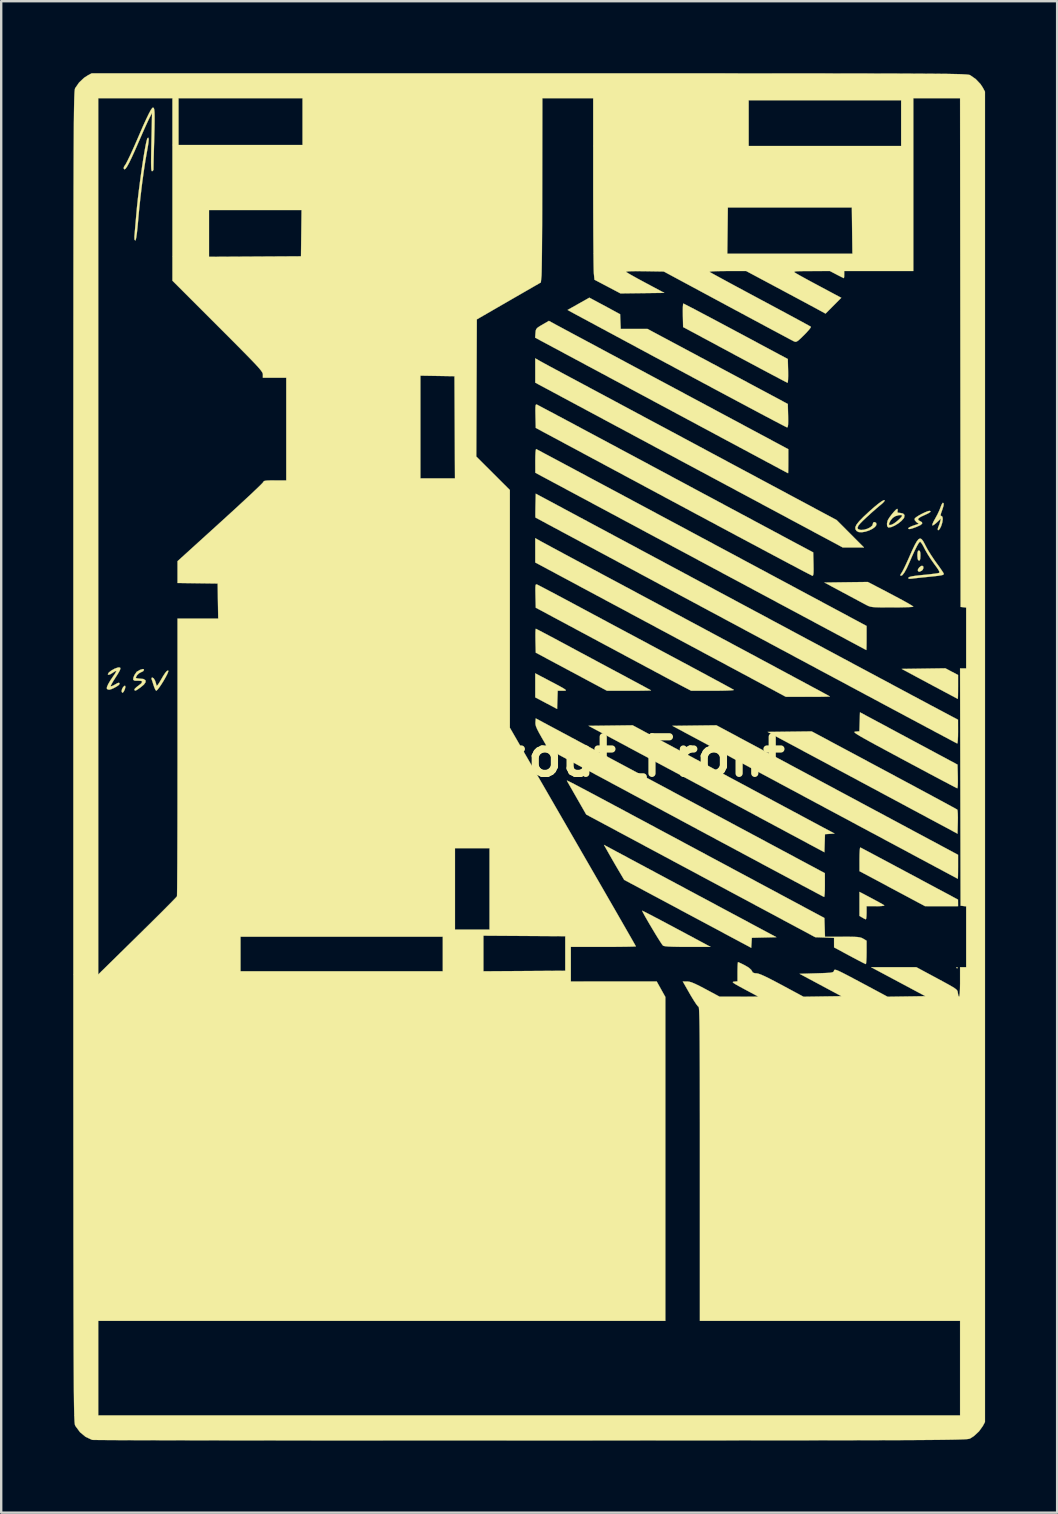
<source format=kicad_pcb>
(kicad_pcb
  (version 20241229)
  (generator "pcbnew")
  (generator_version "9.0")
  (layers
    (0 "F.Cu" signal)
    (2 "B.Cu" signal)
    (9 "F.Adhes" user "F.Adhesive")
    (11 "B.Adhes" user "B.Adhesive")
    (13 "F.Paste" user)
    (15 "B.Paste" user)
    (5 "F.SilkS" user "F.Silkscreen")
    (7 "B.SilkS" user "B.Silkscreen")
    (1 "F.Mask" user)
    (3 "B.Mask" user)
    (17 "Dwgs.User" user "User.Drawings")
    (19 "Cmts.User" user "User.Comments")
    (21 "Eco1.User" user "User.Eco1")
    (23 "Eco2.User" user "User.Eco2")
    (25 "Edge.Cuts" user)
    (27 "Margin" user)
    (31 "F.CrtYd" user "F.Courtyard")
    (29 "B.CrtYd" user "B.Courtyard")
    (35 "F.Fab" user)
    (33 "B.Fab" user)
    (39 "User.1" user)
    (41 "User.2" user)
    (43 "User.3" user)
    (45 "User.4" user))
  (footprint "DVDbreakout_Front"
    (layer "F.Cu")
    (at 18.991 28.474)
    (property "Reference" "DVDbreakout_Front" (at 0 0 0) (layer "F.SilkS") (effects (font (size 1.524 1.524) (thickness 0.3))))
    (attr through_hole)
    (fp_poly (pts (xy 17.851 8.777) (xy 17.845 8.802) (xy 17.822 8.805) (xy 17.787 8.79) (xy 17.794 8.777) (xy 17.844 8.772) (xy 17.851 8.777)) (stroke (width 0.01) (type solid)) (fill yes) (layer "F.SilkS"))
    (fp_poly (pts (xy -16.825 -2.954) (xy -16.819 -2.898) (xy -16.844 -2.808) (xy -16.885 -2.72) (xy -16.929 -2.669) (xy -16.938 -2.667) (xy -16.97 -2.702) (xy -16.976 -2.744) (xy -16.956 -2.827) (xy -16.911 -2.906) (xy -16.859 -2.956) (xy -16.825 -2.954)) (stroke (width 0.01) (type solid)) (fill yes) (layer "F.SilkS"))
    (fp_poly (pts (xy 16.416 -7.929) (xy 16.421 -7.86) (xy 16.388 -7.786) (xy 16.343 -7.748) (xy 16.26 -7.71) (xy 16.216 -7.718) (xy 16.191 -7.75) (xy 16.195 -7.811) (xy 16.247 -7.886) (xy 16.319 -7.944) (xy 16.368 -7.959) (xy 16.416 -7.929)) (stroke (width 0.01) (type solid)) (fill yes) (layer "F.SilkS"))
    (fp_poly (pts (xy 16.275 -8.571) (xy 16.294 -8.493) (xy 16.298 -8.382) (xy 16.289 -8.238) (xy 16.261 -8.174) (xy 16.212 -8.187) (xy 16.2 -8.199) (xy 16.182 -8.255) (xy 16.172 -8.363) (xy 16.171 -8.41) (xy 16.18 -8.533) (xy 16.21 -8.588) (xy 16.235 -8.594) (xy 16.275 -8.571)) (stroke (width 0.01) (type solid)) (fill yes) (layer "F.SilkS"))
    (fp_poly (pts (xy 0.836 -3.172) (xy 1.099 -3.033) (xy 1.294 -2.929) (xy 1.426 -2.854) (xy 1.503 -2.804) (xy 1.531 -2.774) (xy 1.515 -2.758) (xy 1.464 -2.752) (xy 1.387 -2.752) (xy 1.189 -2.752) (xy 1.164 -1.994) (xy 0.709 -2.235) (xy 0.254 -2.477) (xy 0.254 -2.977) (xy 0.254 -3.478) (xy 0.836 -3.172)) (stroke (width 0.01) (type solid)) (fill yes) (layer "F.SilkS"))
    (fp_poly (pts (xy 17.865 -3.408) (xy 17.865 -2.91) (xy 17.864 -2.717) (xy 17.862 -2.558) (xy 17.858 -2.452) (xy 17.854 -2.414) (xy 17.816 -2.433) (xy 17.712 -2.488) (xy 17.551 -2.573) (xy 17.343 -2.684) (xy 17.097 -2.815) (xy 16.821 -2.962) (xy 16.679 -3.038) (xy 15.515 -3.662) (xy 16.425 -3.675) (xy 17.335 -3.688) (xy 17.865 -3.408)) (stroke (width 0.01) (type solid)) (fill yes) (layer "F.SilkS"))
    (fp_poly (pts (xy 14.256 5.887) (xy 14.444 5.988) (xy 14.605 6.076) (xy 14.726 6.144) (xy 14.789 6.183) (xy 14.793 6.187) (xy 14.773 6.203) (xy 14.682 6.215) (xy 14.537 6.222) (xy 14.444 6.223) (xy 14.055 6.223) (xy 14.055 6.498) (xy 14.05 6.638) (xy 14.039 6.735) (xy 14.023 6.769) (xy 13.968 6.747) (xy 13.878 6.697) (xy 13.875 6.695) (xy 13.758 6.625) (xy 13.758 6.125) (xy 13.758 5.625) (xy 14.256 5.887)) (stroke (width 0.01) (type solid)) (fill yes) (layer "F.SilkS"))
    (fp_poly (pts (xy 14.784 0.555) (xy 15.252 0.806) (xy 15.699 1.045) (xy 16.119 1.271) (xy 16.506 1.479) (xy 16.855 1.667) (xy 17.159 1.831) (xy 17.414 1.969) (xy 17.614 2.078) (xy 17.753 2.154) (xy 17.825 2.194) (xy 17.834 2.2) (xy 17.846 2.252) (xy 17.854 2.37) (xy 17.858 2.537) (xy 17.855 2.716) (xy 17.843 3.202) (xy 13.889 1.082) (xy 9.934 -1.037) (xy 10.85 -1.049) (xy 11.766 -1.06) (xy 14.784 0.555)) (stroke (width 0.01) (type solid)) (fill yes) (layer "F.SilkS"))
    (fp_poly (pts (xy 13.794 3.775) (xy 13.837 3.797) (xy 13.948 3.855) (xy 14.119 3.946) (xy 14.344 4.066) (xy 14.616 4.211) (xy 14.928 4.377) (xy 15.273 4.562) (xy 15.644 4.76) (xy 15.846 4.868) (xy 17.863 5.948) (xy 17.864 6.085) (xy 17.865 6.223) (xy 17.177 6.222) (xy 16.489 6.221) (xy 15.124 5.492) (xy 13.76 4.763) (xy 13.759 4.262) (xy 13.762 4.069) (xy 13.769 3.913) (xy 13.78 3.809) (xy 13.794 3.775) (xy 13.794 3.775)) (stroke (width 0.01) (type solid)) (fill yes) (layer "F.SilkS"))
    (fp_poly (pts (xy 3.431 3.836) (xy 3.516 3.882) (xy 3.669 3.964) (xy 3.885 4.079) (xy 4.157 4.225) (xy 4.48 4.398) (xy 4.847 4.595) (xy 5.253 4.812) (xy 5.691 5.047) (xy 6.155 5.295) (xy 6.64 5.555) (xy 7.023 5.76) (xy 10.299 7.514) (xy 9.787 7.526) (xy 9.275 7.538) (xy 9.263 7.747) (xy 9.25 7.956) (xy 6.604 6.541) (xy 3.958 5.125) (xy 3.701 4.69) (xy 3.579 4.482) (xy 3.454 4.265) (xy 3.342 4.069) (xy 3.281 3.961) (xy 3.116 3.667) (xy 3.431 3.836)) (stroke (width 0.01) (type solid)) (fill yes) (layer "F.SilkS"))
    (fp_poly (pts (xy 4.748 6.427) (xy 4.853 6.479) (xy 5.016 6.563) (xy 5.23 6.675) (xy 5.485 6.809) (xy 5.773 6.962) (xy 6.087 7.13) (xy 6.139 7.157) (xy 7.556 7.916) (xy 6.602 7.916) (xy 6.26 7.915) (xy 5.995 7.91) (xy 5.8 7.902) (xy 5.669 7.889) (xy 5.593 7.873) (xy 5.575 7.863) (xy 5.537 7.816) (xy 5.467 7.712) (xy 5.373 7.564) (xy 5.263 7.386) (xy 5.146 7.19) (xy 5.028 6.992) (xy 4.918 6.803) (xy 4.823 6.637) (xy 4.753 6.507) (xy 4.714 6.428) (xy 4.71 6.41) (xy 4.748 6.427)) (stroke (width 0.01) (type solid)) (fill yes) (layer "F.SilkS"))
    (fp_poly (pts (xy 5.361 -0.748) (xy 5.684 -0.575) (xy 6.06 -0.373) (xy 6.466 -0.155) (xy 6.88 0.067) (xy 7.279 0.281) (xy 7.641 0.475) (xy 7.99 0.662) (xy 8.392 0.877) (xy 8.827 1.11) (xy 9.274 1.35) (xy 9.713 1.585) (xy 10.122 1.805) (xy 10.287 1.893) (xy 10.631 2.078) (xy 10.973 2.261) (xy 11.302 2.437) (xy 11.604 2.599) (xy 11.867 2.74) (xy 12.08 2.854) (xy 12.213 2.925) (xy 12.721 3.196) (xy 12.522 3.209) (xy 12.322 3.222) (xy 12.31 3.598) (xy 12.298 3.975) (xy 7.385 1.342) (xy 2.472 -1.291) (xy 4.309 -1.314) (xy 5.361 -0.748)) (stroke (width 0.01) (type solid)) (fill yes) (layer "F.SilkS"))
    (fp_poly (pts (xy -15.032 -3.592) (xy -15.031 -3.552) (xy -15.068 -3.46) (xy -15.133 -3.332) (xy -15.216 -3.185) (xy -15.307 -3.037) (xy -15.396 -2.905) (xy -15.472 -2.805) (xy -15.526 -2.755) (xy -15.535 -2.752) (xy -15.567 -2.789) (xy -15.61 -2.884) (xy -15.642 -2.974) (xy -15.684 -3.108) (xy -15.719 -3.212) (xy -15.733 -3.249) (xy -15.72 -3.295) (xy -15.693 -3.302) (xy -15.635 -3.264) (xy -15.578 -3.164) (xy -15.535 -3.025) (xy -15.527 -2.985) (xy -15.509 -2.96) (xy -15.468 -2.997) (xy -15.398 -3.103) (xy -15.356 -3.175) (xy -15.242 -3.37) (xy -15.157 -3.498) (xy -15.096 -3.57) (xy -15.05 -3.594) (xy -15.032 -3.592)) (stroke (width 0.01) (type solid)) (fill yes) (layer "F.SilkS"))
    (fp_poly (pts (xy 6.296 1.623) (xy 12.317 4.847) (xy 12.318 5.345) (xy 12.316 5.538) (xy 12.309 5.696) (xy 12.299 5.801) (xy 12.287 5.838) (xy 12.247 5.818) (xy 12.136 5.76) (xy 11.959 5.666) (xy 11.719 5.538) (xy 11.421 5.38) (xy 11.069 5.192) (xy 10.667 4.976) (xy 10.218 4.736) (xy 9.727 4.474) (xy 9.199 4.19) (xy 8.636 3.889) (xy 8.043 3.571) (xy 7.424 3.239) (xy 6.784 2.895) (xy 6.529 2.758) (xy 0.803 -0.318) (xy 0.526 -0.797) (xy 0.408 -1.007) (xy 0.33 -1.16) (xy 0.283 -1.273) (xy 0.263 -1.363) (xy 0.262 -1.439) (xy 0.275 -1.601) (xy 6.296 1.623)) (stroke (width 0.01) (type solid)) (fill yes) (layer "F.SilkS"))
    (fp_poly (pts (xy 6.465 -18.861) (xy 6.575 -18.805) (xy 6.747 -18.716) (xy 6.973 -18.598) (xy 7.246 -18.453) (xy 7.561 -18.287) (xy 7.911 -18.101) (xy 8.288 -17.9) (xy 8.615 -17.725) (xy 10.774 -16.569) (xy 10.786 -16.074) (xy 10.788 -15.881) (xy 10.784 -15.723) (xy 10.776 -15.617) (xy 10.765 -15.58) (xy 10.722 -15.6) (xy 10.612 -15.656) (xy 10.441 -15.746) (xy 10.215 -15.865) (xy 9.941 -16.01) (xy 9.627 -16.177) (xy 9.278 -16.363) (xy 8.901 -16.565) (xy 8.572 -16.741) (xy 6.413 -17.901) (xy 6.402 -18.391) (xy 6.4 -18.583) (xy 6.403 -18.74) (xy 6.411 -18.845) (xy 6.423 -18.881) (xy 6.465 -18.861)) (stroke (width 0.01) (type solid)) (fill yes) (layer "F.SilkS"))
    (fp_poly (pts (xy 16.722 -10.231) (xy 16.703 -10.194) (xy 16.618 -10.139) (xy 16.492 -10.08) (xy 16.314 -9.998) (xy 16.217 -9.931) (xy 16.199 -9.875) (xy 16.256 -9.83) (xy 16.273 -9.823) (xy 16.362 -9.771) (xy 16.37 -9.714) (xy 16.295 -9.65) (xy 16.138 -9.578) (xy 15.965 -9.515) (xy 15.857 -9.487) (xy 15.803 -9.493) (xy 15.79 -9.522) (xy 15.827 -9.555) (xy 15.922 -9.601) (xy 16.008 -9.633) (xy 16.227 -9.705) (xy 16.129 -9.779) (xy 16.058 -9.863) (xy 16.058 -9.923) (xy 16.107 -9.972) (xy 16.209 -10.04) (xy 16.342 -10.114) (xy 16.48 -10.181) (xy 16.599 -10.229) (xy 16.669 -10.245) (xy 16.722 -10.231)) (stroke (width 0.01) (type solid)) (fill yes) (layer "F.SilkS"))
    (fp_poly (pts (xy 14.495 -7.081) (xy 14.932 -6.853) (xy 15.293 -6.662) (xy 15.58 -6.508) (xy 15.792 -6.39) (xy 15.93 -6.308) (xy 15.996 -6.263) (xy 16.001 -6.255) (xy 15.961 -6.245) (xy 15.849 -6.237) (xy 15.677 -6.23) (xy 15.457 -6.225) (xy 15.202 -6.223) (xy 15.119 -6.223) (xy 14.824 -6.223) (xy 14.6 -6.225) (xy 14.434 -6.23) (xy 14.313 -6.239) (xy 14.223 -6.253) (xy 14.152 -6.274) (xy 14.085 -6.304) (xy 14.029 -6.333) (xy 13.927 -6.387) (xy 13.766 -6.473) (xy 13.561 -6.583) (xy 13.328 -6.708) (xy 13.082 -6.839) (xy 13.06 -6.851) (xy 12.298 -7.26) (xy 13.202 -7.272) (xy 14.107 -7.283) (xy 14.495 -7.081)) (stroke (width 0.01) (type solid)) (fill yes) (layer "F.SilkS"))
    (fp_poly (pts (xy 17.843 0.325) (xy 17.855 0.819) (xy 17.857 1.012) (xy 17.854 1.169) (xy 17.846 1.274) (xy 17.834 1.311) (xy 17.792 1.291) (xy 17.682 1.235) (xy 17.51 1.145) (xy 17.284 1.026) (xy 17.01 0.881) (xy 16.695 0.714) (xy 16.345 0.527) (xy 15.966 0.325) (xy 15.614 0.136) (xy 15.155 -0.11) (xy 14.766 -0.32) (xy 14.441 -0.495) (xy 14.176 -0.64) (xy 13.965 -0.757) (xy 13.804 -0.849) (xy 13.686 -0.92) (xy 13.608 -0.971) (xy 13.563 -1.007) (xy 13.547 -1.03) (xy 13.555 -1.043) (xy 13.582 -1.049) (xy 13.591 -1.05) (xy 13.755 -1.063) (xy 13.767 -1.458) (xy 13.78 -1.854) (xy 17.843 0.325)) (stroke (width 0.01) (type solid)) (fill yes) (layer "F.SilkS"))
    (fp_poly (pts (xy 0.319 -5.315) (xy 0.426 -5.26) (xy 0.589 -5.175) (xy 0.799 -5.064) (xy 1.046 -4.933) (xy 1.321 -4.785) (xy 1.432 -4.726) (xy 1.775 -4.541) (xy 2.171 -4.328) (xy 2.595 -4.101) (xy 3.025 -3.87) (xy 3.437 -3.65) (xy 3.808 -3.451) (xy 3.81 -3.45) (xy 4.108 -3.291) (xy 4.381 -3.144) (xy 4.622 -3.015) (xy 4.82 -2.908) (xy 4.967 -2.828) (xy 5.055 -2.78) (xy 5.076 -2.767) (xy 5.041 -2.763) (xy 4.934 -2.759) (xy 4.765 -2.756) (xy 4.546 -2.753) (xy 4.291 -2.752) (xy 4.166 -2.752) (xy 3.239 -2.753) (xy 1.757 -3.546) (xy 0.275 -4.339) (xy 0.263 -4.837) (xy 0.261 -5.03) (xy 0.262 -5.189) (xy 0.268 -5.296) (xy 0.277 -5.334) (xy 0.319 -5.315)) (stroke (width 0.01) (type solid)) (fill yes) (layer "F.SilkS"))
    (fp_poly (pts (xy 17.268 -10.551) (xy 17.259 -10.454) (xy 17.207 -10.287) (xy 17.191 -10.245) (xy 17.148 -10.12) (xy 17.138 -10.055) (xy 17.161 -10.034) (xy 17.17 -10.033) (xy 17.215 -9.997) (xy 17.228 -9.902) (xy 17.21 -9.767) (xy 17.162 -9.611) (xy 17.108 -9.503) (xy 17.059 -9.444) (xy 17.026 -9.446) (xy 17.018 -9.485) (xy 17.036 -9.559) (xy 17.054 -9.602) (xy 17.091 -9.695) (xy 17.121 -9.8) (xy 17.151 -9.927) (xy 16.984 -9.765) (xy 16.888 -9.683) (xy 16.817 -9.64) (xy 16.791 -9.642) (xy 16.799 -9.696) (xy 16.843 -9.799) (xy 16.915 -9.928) (xy 16.915 -9.929) (xy 17.006 -10.095) (xy 17.087 -10.268) (xy 17.13 -10.38) (xy 17.175 -10.496) (xy 17.217 -10.57) (xy 17.235 -10.583) (xy 17.268 -10.551)) (stroke (width 0.01) (type solid)) (fill yes) (layer "F.SilkS"))
    (fp_poly (pts (xy -15.846 -25.717) (xy -15.858 -25.569) (xy -15.895 -25.341) (xy -15.91 -25.262) (xy -15.983 -24.846) (xy -16.056 -24.367) (xy -16.127 -23.846) (xy -16.192 -23.303) (xy -16.249 -22.76) (xy -16.283 -22.384) (xy -16.313 -22.051) (xy -16.341 -21.801) (xy -16.366 -21.628) (xy -16.389 -21.531) (xy -16.407 -21.505) (xy -16.44 -21.545) (xy -16.443 -21.663) (xy -16.442 -21.685) (xy -16.433 -21.786) (xy -16.418 -21.954) (xy -16.4 -22.17) (xy -16.378 -22.417) (xy -16.36 -22.627) (xy -16.332 -22.933) (xy -16.296 -23.266) (xy -16.254 -23.615) (xy -16.208 -23.971) (xy -16.16 -24.323) (xy -16.111 -24.659) (xy -16.063 -24.971) (xy -16.017 -25.246) (xy -15.975 -25.475) (xy -15.938 -25.646) (xy -15.908 -25.75) (xy -15.895 -25.775) (xy -15.858 -25.785) (xy -15.846 -25.717)) (stroke (width 0.01) (type solid)) (fill yes) (layer "F.SilkS"))
    (fp_poly (pts (xy 11.106 0.459) (xy 11.648 0.749) (xy 12.205 1.048) (xy 12.768 1.35) (xy 13.327 1.649) (xy 13.873 1.942) (xy 14.395 2.222) (xy 14.884 2.484) (xy 15.331 2.723) (xy 15.725 2.935) (xy 16.057 3.113) (xy 16.14 3.157) (xy 17.865 4.082) (xy 17.865 4.581) (xy 17.864 4.775) (xy 17.862 4.934) (xy 17.858 5.04) (xy 17.854 5.079) (xy 17.816 5.059) (xy 17.708 5.001) (xy 17.533 4.908) (xy 17.295 4.781) (xy 16.998 4.622) (xy 16.647 4.434) (xy 16.245 4.219) (xy 15.796 3.978) (xy 15.304 3.715) (xy 14.773 3.43) (xy 14.207 3.127) (xy 13.61 2.807) (xy 12.987 2.473) (xy 12.34 2.127) (xy 11.904 1.893) (xy 5.965 -1.291) (xy 6.882 -1.303) (xy 7.798 -1.314) (xy 11.106 0.459)) (stroke (width 0.01) (type solid)) (fill yes) (layer "F.SilkS"))
    (fp_poly (pts (xy -16.054 -3.652) (xy -16.044 -3.618) (xy -16.08 -3.564) (xy -16.151 -3.531) (xy -16.248 -3.48) (xy -16.335 -3.396) (xy -16.381 -3.309) (xy -16.383 -3.293) (xy -16.346 -3.271) (xy -16.253 -3.26) (xy -16.224 -3.259) (xy -16.064 -3.241) (xy -15.981 -3.19) (xy -15.975 -3.112) (xy -16.047 -3.009) (xy -16.194 -2.887) (xy -16.312 -2.804) (xy -16.38 -2.764) (xy -16.416 -2.759) (xy -16.439 -2.782) (xy -16.445 -2.791) (xy -16.427 -2.835) (xy -16.354 -2.905) (xy -16.277 -2.963) (xy -16.158 -3.058) (xy -16.118 -3.125) (xy -16.158 -3.162) (xy -16.277 -3.17) (xy -16.31 -3.168) (xy -16.435 -3.171) (xy -16.492 -3.208) (xy -16.487 -3.292) (xy -16.438 -3.411) (xy -16.347 -3.543) (xy -16.214 -3.62) (xy -16.203 -3.624) (xy -16.1 -3.655) (xy -16.054 -3.652)) (stroke (width 0.01) (type solid)) (fill yes) (layer "F.SilkS"))
    (fp_poly (pts (xy 0.476 -8.983) (xy 0.567 -8.934) (xy 0.722 -8.85) (xy 0.93 -8.737) (xy 1.181 -8.602) (xy 1.463 -8.45) (xy 1.767 -8.287) (xy 1.968 -8.179) (xy 2.648 -7.816) (xy 3.335 -7.448) (xy 4.027 -7.078) (xy 4.718 -6.708) (xy 5.405 -6.34) (xy 6.083 -5.976) (xy 6.749 -5.619) (xy 7.399 -5.271) (xy 8.028 -4.933) (xy 8.633 -4.609) (xy 9.21 -4.3) (xy 9.754 -4.008) (xy 10.261 -3.736) (xy 10.728 -3.485) (xy 11.15 -3.258) (xy 11.524 -3.057) (xy 11.844 -2.885) (xy 12.108 -2.743) (xy 12.312 -2.633) (xy 12.45 -2.558) (xy 12.519 -2.52) (xy 12.527 -2.515) (xy 12.492 -2.51) (xy 12.384 -2.506) (xy 12.215 -2.502) (xy 11.997 -2.5) (xy 11.741 -2.499) (xy 11.617 -2.499) (xy 10.689 -2.501) (xy 5.472 -5.298) (xy 0.254 -8.095) (xy 0.254 -9.108) (xy 0.476 -8.983)) (stroke (width 0.01) (type solid)) (fill yes) (layer "F.SilkS"))
    (fp_poly (pts (xy 0.434 -16.496) (xy 0.522 -16.447) (xy 0.672 -16.365) (xy 0.87 -16.257) (xy 1.105 -16.131) (xy 1.362 -15.993) (xy 1.524 -15.906) (xy 1.75 -15.785) (xy 1.992 -15.656) (xy 2.255 -15.515) (xy 2.542 -15.361) (xy 2.858 -15.192) (xy 3.206 -15.006) (xy 3.59 -14.8) (xy 4.015 -14.572) (xy 4.483 -14.321) (xy 5 -14.044) (xy 5.57 -13.74) (xy 6.195 -13.405) (xy 6.88 -13.038) (xy 7.629 -12.636) (xy 8.446 -12.198) (xy 9.061 -11.869) (xy 12.809 -9.861) (xy 13.945 -8.721) (xy 13.06 -8.721) (xy 8.276 -11.285) (xy 7.649 -11.621) (xy 7.018 -11.959) (xy 6.392 -12.294) (xy 5.776 -12.624) (xy 5.178 -12.945) (xy 4.603 -13.253) (xy 4.059 -13.545) (xy 3.551 -13.817) (xy 3.088 -14.065) (xy 2.675 -14.287) (xy 2.319 -14.478) (xy 2.026 -14.634) (xy 1.873 -14.717) (xy 0.254 -15.585) (xy 0.254 -16.598) (xy 0.434 -16.496)) (stroke (width 0.01) (type solid)) (fill yes) (layer "F.SilkS"))
    (fp_poly (pts (xy -17.037 -3.714) (xy -17.025 -3.672) (xy -17.055 -3.591) (xy -17.129 -3.46) (xy -17.236 -3.293) (xy -17.328 -3.147) (xy -17.395 -3.029) (xy -17.43 -2.955) (xy -17.431 -2.939) (xy -17.384 -2.944) (xy -17.296 -2.986) (xy -17.266 -3.003) (xy -17.149 -3.069) (xy -17.085 -3.086) (xy -17.062 -3.056) (xy -17.06 -3.035) (xy -17.096 -2.989) (xy -17.184 -2.927) (xy -17.298 -2.865) (xy -17.412 -2.815) (xy -17.5 -2.794) (xy -17.503 -2.794) (xy -17.575 -2.819) (xy -17.589 -2.835) (xy -17.587 -2.906) (xy -17.534 -3.029) (xy -17.437 -3.194) (xy -17.325 -3.357) (xy -17.249 -3.468) (xy -17.203 -3.549) (xy -17.196 -3.579) (xy -17.238 -3.568) (xy -17.321 -3.518) (xy -17.355 -3.493) (xy -17.458 -3.432) (xy -17.527 -3.415) (xy -17.55 -3.44) (xy -17.512 -3.506) (xy -17.504 -3.515) (xy -17.406 -3.593) (xy -17.275 -3.667) (xy -17.147 -3.715) (xy -17.086 -3.725) (xy -17.037 -3.714)) (stroke (width 0.01) (type solid)) (fill yes) (layer "F.SilkS"))
    (fp_poly (pts (xy 1.078 -18.02) (xy 1.147 -17.982) (xy 1.286 -17.908) (xy 1.49 -17.798) (xy 1.754 -17.656) (xy 2.074 -17.485) (xy 2.445 -17.286) (xy 2.861 -17.063) (xy 3.319 -16.817) (xy 3.814 -16.552) (xy 4.34 -16.27) (xy 4.894 -15.973) (xy 5.469 -15.665) (xy 6.063 -15.347) (xy 6.064 -15.347) (xy 10.795 -12.813) (xy 10.795 -12.312) (xy 10.794 -12.117) (xy 10.792 -11.959) (xy 10.789 -11.851) (xy 10.784 -11.813) (xy 10.747 -11.833) (xy 10.638 -11.89) (xy 10.464 -11.983) (xy 10.227 -12.11) (xy 9.933 -12.267) (xy 9.586 -12.453) (xy 9.189 -12.666) (xy 8.747 -12.902) (xy 8.264 -13.161) (xy 7.744 -13.44) (xy 7.192 -13.736) (xy 6.612 -14.047) (xy 6.008 -14.371) (xy 5.512 -14.637) (xy 0.25 -17.459) (xy 0.263 -17.65) (xy 0.273 -17.75) (xy 0.297 -17.819) (xy 0.353 -17.878) (xy 0.456 -17.946) (xy 0.549 -18) (xy 0.822 -18.159) (xy 1.078 -18.02)) (stroke (width 0.01) (type solid)) (fill yes) (layer "F.SilkS"))
    (fp_poly (pts (xy 14.807 -10.691) (xy 14.798 -10.648) (xy 14.737 -10.578) (xy 14.711 -10.555) (xy 14.479 -10.359) (xy 14.261 -10.168) (xy 14.066 -9.99) (xy 13.903 -9.837) (xy 13.785 -9.716) (xy 13.72 -9.638) (xy 13.715 -9.63) (xy 13.679 -9.546) (xy 13.692 -9.5) (xy 13.718 -9.478) (xy 13.818 -9.449) (xy 13.949 -9.46) (xy 14.088 -9.5) (xy 14.211 -9.562) (xy 14.295 -9.636) (xy 14.317 -9.711) (xy 14.337 -9.765) (xy 14.395 -9.778) (xy 14.453 -9.743) (xy 14.456 -9.738) (xy 14.464 -9.658) (xy 14.405 -9.575) (xy 14.298 -9.496) (xy 14.158 -9.428) (xy 14.005 -9.378) (xy 13.855 -9.354) (xy 13.727 -9.362) (xy 13.64 -9.406) (xy 13.589 -9.482) (xy 13.587 -9.568) (xy 13.637 -9.675) (xy 13.746 -9.812) (xy 13.916 -9.987) (xy 13.959 -10.028) (xy 14.181 -10.234) (xy 14.381 -10.41) (xy 14.552 -10.549) (xy 14.687 -10.646) (xy 14.776 -10.692) (xy 14.807 -10.691)) (stroke (width 0.01) (type solid)) (fill yes) (layer "F.SilkS"))
    (fp_poly (pts (xy 15.353 -10.296) (xy 15.346 -10.245) (xy 15.34 -10.185) (xy 15.388 -10.162) (xy 15.444 -10.16) (xy 15.573 -10.136) (xy 15.635 -10.071) (xy 15.622 -9.973) (xy 15.601 -9.934) (xy 15.505 -9.826) (xy 15.373 -9.72) (xy 15.225 -9.63) (xy 15.086 -9.57) (xy 14.977 -9.551) (xy 14.954 -9.556) (xy 14.913 -9.61) (xy 14.907 -9.677) (xy 14.986 -9.677) (xy 15.017 -9.652) (xy 15.095 -9.668) (xy 15.196 -9.72) (xy 15.199 -9.722) (xy 15.312 -9.806) (xy 15.419 -9.9) (xy 15.501 -9.983) (xy 15.536 -10.038) (xy 15.536 -10.041) (xy 15.501 -10.071) (xy 15.405 -10.067) (xy 15.265 -10.028) (xy 15.255 -10.025) (xy 15.148 -9.956) (xy 15.053 -9.845) (xy 14.994 -9.727) (xy 14.986 -9.677) (xy 14.907 -9.677) (xy 14.904 -9.712) (xy 14.929 -9.83) (xy 14.949 -9.877) (xy 15.011 -9.976) (xy 15.097 -10.092) (xy 15.19 -10.203) (xy 15.272 -10.289) (xy 15.326 -10.329) (xy 15.33 -10.329) (xy 15.353 -10.296)) (stroke (width 0.01) (type solid)) (fill yes) (layer "F.SilkS"))
    (fp_poly (pts (xy 0.292 -12.82) (xy 0.332 -12.799) (xy 0.444 -12.74) (xy 0.622 -12.644) (xy 0.865 -12.515) (xy 1.167 -12.354) (xy 1.525 -12.162) (xy 1.935 -11.943) (xy 2.394 -11.697) (xy 2.898 -11.428) (xy 3.444 -11.136) (xy 4.026 -10.824) (xy 4.643 -10.494) (xy 5.29 -10.147) (xy 5.963 -9.787) (xy 6.659 -9.414) (xy 7.192 -9.128) (xy 14.055 -5.451) (xy 14.055 -4.948) (xy 14.054 -4.753) (xy 14.052 -4.594) (xy 14.048 -4.486) (xy 14.044 -4.447) (xy 14.044 -4.447) (xy 14.006 -4.467) (xy 13.898 -4.525) (xy 13.722 -4.619) (xy 13.482 -4.747) (xy 13.183 -4.907) (xy 12.827 -5.098) (xy 12.419 -5.316) (xy 11.962 -5.561) (xy 11.459 -5.83) (xy 10.916 -6.121) (xy 10.334 -6.432) (xy 9.719 -6.762) (xy 9.073 -7.108) (xy 8.4 -7.468) (xy 7.705 -7.841) (xy 7.145 -8.141) (xy 0.257 -11.832) (xy 0.255 -12.333) (xy 0.258 -12.526) (xy 0.265 -12.682) (xy 0.277 -12.785) (xy 0.291 -12.82) (xy 0.292 -12.82)) (stroke (width 0.01) (type solid)) (fill yes) (layer "F.SilkS"))
    (fp_poly (pts (xy 0.327 -7.178) (xy 0.379 -7.152) (xy 0.498 -7.091) (xy 0.675 -6.998) (xy 0.902 -6.878) (xy 1.17 -6.736) (xy 1.472 -6.575) (xy 1.798 -6.401) (xy 1.947 -6.321) (xy 2.272 -6.147) (xy 2.658 -5.94) (xy 3.094 -5.706) (xy 3.569 -5.452) (xy 4.068 -5.185) (xy 4.58 -4.911) (xy 5.093 -4.637) (xy 5.594 -4.369) (xy 5.99 -4.157) (xy 6.416 -3.93) (xy 6.82 -3.713) (xy 7.196 -3.511) (xy 7.538 -3.327) (xy 7.84 -3.164) (xy 8.094 -3.027) (xy 8.296 -2.917) (xy 8.439 -2.838) (xy 8.516 -2.795) (xy 8.528 -2.787) (xy 8.5 -2.777) (xy 8.399 -2.768) (xy 8.236 -2.76) (xy 8.023 -2.755) (xy 7.771 -2.752) (xy 7.658 -2.752) (xy 6.748 -2.752) (xy 6.348 -2.961) (xy 6.246 -3.015) (xy 6.075 -3.105) (xy 5.844 -3.228) (xy 5.559 -3.381) (xy 5.227 -3.558) (xy 4.855 -3.757) (xy 4.449 -3.975) (xy 4.016 -4.206) (xy 3.564 -4.449) (xy 3.111 -4.691) (xy 0.275 -6.212) (xy 0.263 -6.709) (xy 0.259 -6.921) (xy 0.26 -7.061) (xy 0.267 -7.142) (xy 0.283 -7.179) (xy 0.309 -7.184) (xy 0.327 -7.178)) (stroke (width 0.01) (type solid)) (fill yes) (layer "F.SilkS"))
    (fp_poly (pts (xy 2.859 -18.937) (xy 3.06 -18.83) (xy 3.275 -18.714) (xy 3.465 -18.611) (xy 3.5 -18.592) (xy 3.789 -18.435) (xy 3.801 -18.128) (xy 3.814 -17.822) (xy 4.931 -17.822) (xy 6.709 -16.872) (xy 7.12 -16.652) (xy 7.553 -16.421) (xy 7.993 -16.186) (xy 8.424 -15.955) (xy 8.831 -15.737) (xy 9.201 -15.539) (xy 9.517 -15.37) (xy 9.631 -15.309) (xy 10.774 -14.697) (xy 10.786 -14.206) (xy 10.789 -13.986) (xy 10.785 -13.84) (xy 10.774 -13.755) (xy 10.753 -13.722) (xy 10.743 -13.721) (xy 10.7 -13.741) (xy 10.586 -13.799) (xy 10.408 -13.892) (xy 10.168 -14.017) (xy 9.873 -14.173) (xy 9.527 -14.357) (xy 9.134 -14.566) (xy 8.699 -14.798) (xy 8.227 -15.05) (xy 7.723 -15.319) (xy 7.19 -15.605) (xy 6.635 -15.903) (xy 6.287 -16.09) (xy 5.717 -16.396) (xy 5.166 -16.691) (xy 4.64 -16.974) (xy 4.142 -17.242) (xy 3.677 -17.492) (xy 3.251 -17.721) (xy 2.868 -17.927) (xy 2.533 -18.108) (xy 2.25 -18.26) (xy 2.025 -18.381) (xy 1.862 -18.469) (xy 1.766 -18.522) (xy 1.743 -18.534) (xy 1.601 -18.614) (xy 2.054 -18.869) (xy 2.507 -19.125) (xy 2.859 -18.937)) (stroke (width 0.01) (type solid)) (fill yes) (layer "F.SilkS"))
    (fp_poly (pts (xy 1.585 0.993) (xy 1.608 1.002) (xy 1.645 1.019) (xy 1.701 1.046) (xy 1.778 1.085) (xy 1.881 1.138) (xy 2.012 1.207) (xy 2.175 1.293) (xy 2.374 1.398) (xy 2.611 1.524) (xy 2.891 1.673) (xy 3.216 1.847) (xy 3.59 2.047) (xy 4.017 2.275) (xy 4.499 2.534) (xy 5.041 2.824) (xy 5.644 3.147) (xy 6.314 3.506) (xy 7.054 3.903) (xy 7.493 4.138) (xy 12.298 6.714) (xy 12.31 7.103) (xy 12.322 7.493) (xy 13.051 7.493) (xy 13.321 7.494) (xy 13.521 7.498) (xy 13.665 7.505) (xy 13.766 7.519) (xy 13.84 7.539) (xy 13.9 7.567) (xy 13.917 7.577) (xy 14.055 7.661) (xy 14.055 8.149) (xy 14.052 8.34) (xy 14.045 8.496) (xy 14.035 8.599) (xy 14.023 8.634) (xy 13.977 8.614) (xy 13.869 8.561) (xy 13.713 8.48) (xy 13.52 8.378) (xy 13.346 8.285) (xy 12.701 7.938) (xy 12.7 7.739) (xy 12.7 7.541) (xy 11.917 7.514) (xy 2.377 2.403) (xy 1.986 1.72) (xy 1.861 1.502) (xy 1.751 1.309) (xy 1.661 1.152) (xy 1.6 1.045) (xy 1.574 0.999) (xy 1.572 0.994) (xy 1.575 0.991) (xy 1.585 0.993)) (stroke (width 0.01) (type solid)) (fill yes) (layer "F.SilkS"))
    (fp_poly (pts (xy -15.652 -27.039) (xy -15.63 -27.012) (xy -15.615 -26.951) (xy -15.605 -26.848) (xy -15.601 -26.695) (xy -15.601 -26.485) (xy -15.605 -26.21) (xy -15.614 -25.862) (xy -15.619 -25.675) (xy -15.628 -25.366) (xy -15.636 -25.084) (xy -15.642 -24.841) (xy -15.646 -24.648) (xy -15.648 -24.515) (xy -15.648 -24.455) (xy -15.648 -24.453) (xy -15.676 -24.408) (xy -15.702 -24.394) (xy -15.719 -24.398) (xy -15.732 -24.429) (xy -15.741 -24.496) (xy -15.746 -24.607) (xy -15.748 -24.771) (xy -15.746 -24.996) (xy -15.741 -25.289) (xy -15.735 -25.595) (xy -15.708 -26.818) (xy -15.814 -26.617) (xy -15.863 -26.515) (xy -15.939 -26.352) (xy -16.034 -26.142) (xy -16.14 -25.901) (xy -16.251 -25.646) (xy -16.262 -25.622) (xy -16.422 -25.255) (xy -16.555 -24.964) (xy -16.662 -24.743) (xy -16.746 -24.59) (xy -16.808 -24.5) (xy -16.851 -24.469) (xy -16.853 -24.469) (xy -16.887 -24.5) (xy -16.882 -24.566) (xy -16.85 -24.62) (xy -16.803 -24.689) (xy -16.729 -24.831) (xy -16.629 -25.036) (xy -16.508 -25.299) (xy -16.37 -25.612) (xy -16.26 -25.866) (xy -16.093 -26.252) (xy -15.953 -26.559) (xy -15.841 -26.79) (xy -15.757 -26.946) (xy -15.698 -27.027) (xy -15.679 -27.041) (xy -15.652 -27.039)) (stroke (width 0.01) (type solid)) (fill yes) (layer "F.SilkS"))
    (fp_poly (pts (xy 0.314 -14.676) (xy 0.358 -14.653) (xy 0.472 -14.593) (xy 0.652 -14.497) (xy 0.894 -14.369) (xy 1.193 -14.209) (xy 1.545 -14.022) (xy 1.946 -13.808) (xy 2.39 -13.57) (xy 2.875 -13.311) (xy 3.394 -13.033) (xy 3.945 -12.738) (xy 4.523 -12.429) (xy 5.123 -12.107) (xy 5.448 -11.933) (xy 6.07 -11.599) (xy 6.68 -11.272) (xy 7.273 -10.954) (xy 7.844 -10.649) (xy 8.387 -10.357) (xy 8.898 -10.084) (xy 9.372 -9.83) (xy 9.803 -9.599) (xy 10.186 -9.394) (xy 10.517 -9.217) (xy 10.79 -9.071) (xy 11 -8.958) (xy 11.143 -8.882) (xy 11.176 -8.864) (xy 11.832 -8.515) (xy 11.844 -8.025) (xy 11.847 -7.805) (xy 11.844 -7.658) (xy 11.832 -7.574) (xy 11.811 -7.541) (xy 11.802 -7.539) (xy 11.759 -7.56) (xy 11.646 -7.618) (xy 11.466 -7.711) (xy 11.224 -7.839) (xy 10.923 -7.998) (xy 10.569 -8.186) (xy 10.164 -8.401) (xy 9.713 -8.641) (xy 9.221 -8.904) (xy 8.69 -9.187) (xy 8.126 -9.489) (xy 7.532 -9.807) (xy 6.912 -10.139) (xy 6.271 -10.483) (xy 6.011 -10.622) (xy 0.275 -13.7) (xy 0.263 -14.2) (xy 0.259 -14.414) (xy 0.261 -14.556) (xy 0.27 -14.639) (xy 0.287 -14.675) (xy 0.313 -14.676) (xy 0.314 -14.676)) (stroke (width 0.01) (type solid)) (fill yes) (layer "F.SilkS"))
    (fp_poly (pts (xy 7.938 -6.854) (xy 8.706 -6.442) (xy 9.465 -6.036) (xy 10.209 -5.637) (xy 10.935 -5.248) (xy 11.638 -4.871) (xy 12.315 -4.509) (xy 12.961 -4.163) (xy 13.571 -3.836) (xy 14.142 -3.531) (xy 14.67 -3.248) (xy 15.149 -2.992) (xy 15.577 -2.763) (xy 15.948 -2.564) (xy 16.259 -2.398) (xy 16.506 -2.267) (xy 16.683 -2.172) (xy 16.731 -2.146) (xy 17.863 -1.545) (xy 17.864 -1.048) (xy 17.862 -0.854) (xy 17.855 -0.696) (xy 17.845 -0.591) (xy 17.833 -0.554) (xy 17.793 -0.574) (xy 17.682 -0.632) (xy 17.503 -0.727) (xy 17.259 -0.857) (xy 16.954 -1.019) (xy 16.59 -1.213) (xy 16.172 -1.437) (xy 15.701 -1.688) (xy 15.183 -1.965) (xy 14.619 -2.267) (xy 14.013 -2.591) (xy 13.369 -2.936) (xy 12.69 -3.3) (xy 11.978 -3.681) (xy 11.238 -4.078) (xy 10.472 -4.488) (xy 9.684 -4.911) (xy 9.038 -5.257) (xy 8.235 -5.688) (xy 7.451 -6.108) (xy 6.691 -6.516) (xy 5.956 -6.91) (xy 5.252 -7.288) (xy 4.58 -7.649) (xy 3.944 -7.99) (xy 3.347 -8.31) (xy 2.794 -8.607) (xy 2.285 -8.88) (xy 1.827 -9.127) (xy 1.42 -9.345) (xy 1.069 -9.533) (xy 0.777 -9.69) (xy 0.548 -9.814) (xy 0.383 -9.903) (xy 0.288 -9.954) (xy 0.263 -9.968) (xy 0.259 -10.012) (xy 0.258 -10.124) (xy 0.26 -10.286) (xy 0.263 -10.47) (xy 0.275 -10.961) (xy 7.938 -6.854)) (stroke (width 0.01) (type solid)) (fill yes) (layer "F.SilkS"))
    (fp_poly (pts (xy 16.345 -9.068) (xy 16.409 -8.987) (xy 16.481 -8.856) (xy 16.511 -8.795) (xy 16.599 -8.632) (xy 16.722 -8.432) (xy 16.861 -8.222) (xy 16.965 -8.076) (xy 17.084 -7.913) (xy 17.181 -7.773) (xy 17.247 -7.671) (xy 17.272 -7.621) (xy 17.272 -7.621) (xy 17.262 -7.596) (xy 17.224 -7.575) (xy 17.147 -7.557) (xy 17.02 -7.538) (xy 16.83 -7.517) (xy 16.595 -7.493) (xy 16.383 -7.472) (xy 16.186 -7.451) (xy 16.029 -7.433) (xy 15.949 -7.422) (xy 15.841 -7.415) (xy 15.791 -7.435) (xy 15.79 -7.44) (xy 15.805 -7.471) (xy 15.854 -7.496) (xy 15.95 -7.519) (xy 16.103 -7.542) (xy 16.323 -7.567) (xy 16.489 -7.583) (xy 16.693 -7.604) (xy 16.87 -7.626) (xy 17.002 -7.644) (xy 17.067 -7.658) (xy 17.09 -7.681) (xy 17.08 -7.73) (xy 17.03 -7.815) (xy 16.935 -7.949) (xy 16.874 -8.031) (xy 16.741 -8.22) (xy 16.609 -8.426) (xy 16.5 -8.614) (xy 16.468 -8.677) (xy 16.395 -8.816) (xy 16.33 -8.916) (xy 16.286 -8.961) (xy 16.279 -8.961) (xy 16.231 -8.911) (xy 16.157 -8.786) (xy 16.059 -8.592) (xy 15.941 -8.335) (xy 15.83 -8.079) (xy 15.723 -7.844) (xy 15.627 -7.673) (xy 15.547 -7.569) (xy 15.485 -7.539) (xy 15.466 -7.549) (xy 15.469 -7.598) (xy 15.505 -7.651) (xy 15.545 -7.716) (xy 15.611 -7.843) (xy 15.693 -8.014) (xy 15.784 -8.214) (xy 15.811 -8.276) (xy 15.946 -8.581) (xy 16.055 -8.811) (xy 16.144 -8.97) (xy 16.218 -9.064) (xy 16.284 -9.095) (xy 16.345 -9.068)) (stroke (width 0.01) (type solid)) (fill yes) (layer "F.SilkS"))
    (fp_poly (pts (xy 1.48 -28.469) (xy 2.878 -28.469) (xy 4.196 -28.469) (xy 5.437 -28.469) (xy 6.602 -28.469) (xy 7.695 -28.469) (xy 8.717 -28.468) (xy 9.671 -28.468) (xy 10.559 -28.467) (xy 11.384 -28.467) (xy 12.149 -28.466) (xy 12.854 -28.465) (xy 13.503 -28.464) (xy 14.099 -28.463) (xy 14.643 -28.462) (xy 15.138 -28.461) (xy 15.586 -28.459) (xy 15.99 -28.457) (xy 16.352 -28.455) (xy 16.675 -28.453) (xy 16.96 -28.451) (xy 17.21 -28.448) (xy 17.428 -28.446) (xy 17.616 -28.442) (xy 17.776 -28.439) (xy 17.911 -28.436) (xy 18.023 -28.432) (xy 18.114 -28.427) (xy 18.187 -28.423) (xy 18.244 -28.418) (xy 18.287 -28.413) (xy 18.32 -28.408) (xy 18.344 -28.402) (xy 18.361 -28.396) (xy 18.373 -28.39) (xy 18.601 -28.231) (xy 18.798 -28.024) (xy 18.895 -27.877) (xy 18.986 -27.707) (xy 18.986 27.707) (xy 18.895 27.877) (xy 18.736 28.098) (xy 18.525 28.293) (xy 18.373 28.39) (xy 18.359 28.397) (xy 18.341 28.403) (xy 18.316 28.409) (xy 18.282 28.414) (xy 18.237 28.419) (xy 18.177 28.424) (xy 18.102 28.428) (xy 18.008 28.432) (xy 17.892 28.436) (xy 17.754 28.44) (xy 17.59 28.443) (xy 17.397 28.446) (xy 17.174 28.449) (xy 16.919 28.452) (xy 16.628 28.454) (xy 16.299 28.457) (xy 15.931 28.459) (xy 15.52 28.461) (xy 15.064 28.462) (xy 14.561 28.464) (xy 14.009 28.465) (xy 13.405 28.467) (xy 12.746 28.468) (xy 12.031 28.469) (xy 11.257 28.47) (xy 10.421 28.471) (xy 9.522 28.471) (xy 8.556 28.472) (xy 7.522 28.473) (xy 6.417 28.473) (xy 5.239 28.474) (xy 3.986 28.475) (xy 2.654 28.475) (xy 1.241 28.476) (xy 0.064 28.476) (xy -1.173 28.477) (xy -2.388 28.477) (xy -3.579 28.477) (xy -4.744 28.477) (xy -5.88 28.477) (xy -6.983 28.476) (xy -8.051 28.476) (xy -9.082 28.475) (xy -10.072 28.475) (xy -11.019 28.474) (xy -11.921 28.473) (xy -12.773 28.472) (xy -13.574 28.471) (xy -14.321 28.469) (xy -15.011 28.468) (xy -15.642 28.466) (xy -16.209 28.465) (xy -16.712 28.463) (xy -17.146 28.461) (xy -17.51 28.459) (xy -17.801 28.457) (xy -18.015 28.455) (xy -18.15 28.453) (xy -18.203 28.451) (xy -18.204 28.451) (xy -18.474 28.326) (xy -18.709 28.131) (xy -18.893 27.881) (xy -18.908 27.855) (xy -18.913 27.844) (xy -18.918 27.829) (xy -18.923 27.807) (xy -18.927 27.779) (xy -18.931 27.74) (xy -18.936 27.69) (xy -18.939 27.626) (xy -18.943 27.546) (xy -18.947 27.45) (xy -18.95 27.334) (xy -18.953 27.197) (xy -18.956 27.036) (xy -18.959 26.851) (xy -18.961 26.639) (xy -18.964 26.398) (xy -18.966 26.125) (xy -18.968 25.821) (xy -18.97 25.481) (xy -18.972 25.105) (xy -18.974 24.691) (xy -18.975 24.236) (xy -18.976 23.739) (xy -18.977 23.495) (xy -17.949 23.495) (xy -17.949 27.432) (xy 17.949 27.432) (xy 17.949 23.495) (xy 7.112 23.495) (xy 7.112 16.954) (xy 7.112 16.059) (xy 7.112 15.245) (xy 7.111 14.509) (xy 7.11 13.847) (xy 7.109 13.256) (xy 7.107 12.732) (xy 7.105 12.272) (xy 7.103 11.872) (xy 7.1 11.529) (xy 7.097 11.239) (xy 7.093 11) (xy 7.088 10.806) (xy 7.083 10.656) (xy 7.078 10.545) (xy 7.072 10.47) (xy 7.065 10.427) (xy 7.057 10.414) (xy 7.057 10.414) (xy 7.018 10.379) (xy 6.947 10.283) (xy 6.853 10.139) (xy 6.744 9.961) (xy 6.7 9.885) (xy 6.398 9.356) (xy 6.575 9.356) (xy 6.664 9.366) (xy 6.774 9.397) (xy 6.916 9.457) (xy 7.105 9.549) (xy 7.343 9.674) (xy 7.934 9.991) (xy 9.546 9.988) (xy 8.975 9.683) (xy 8.759 9.566) (xy 8.611 9.483) (xy 8.522 9.427) (xy 8.484 9.393) (xy 8.49 9.374) (xy 8.531 9.365) (xy 8.541 9.364) (xy 8.678 9.35) (xy 8.678 8.951) (xy 8.681 8.779) (xy 8.686 8.644) (xy 8.695 8.564) (xy 8.701 8.551) (xy 8.747 8.569) (xy 8.847 8.615) (xy 8.977 8.68) (xy 9.149 8.782) (xy 9.252 8.877) (xy 9.272 8.913) (xy 9.318 8.986) (xy 9.4 9.014) (xy 9.463 9.017) (xy 9.537 9.029) (xy 9.649 9.068) (xy 9.805 9.136) (xy 10.013 9.238) (xy 10.28 9.377) (xy 10.521 9.505) (xy 11.428 9.993) (xy 12.217 9.981) (xy 13.005 9.97) (xy 12.135 9.504) (xy 11.265 9.038) (xy 11.97 9.017) (xy 12.229 9.009) (xy 12.416 9.001) (xy 12.544 8.991) (xy 12.623 8.977) (xy 12.667 8.959) (xy 12.689 8.932) (xy 12.698 8.904) (xy 12.709 8.88) (xy 12.732 8.869) (xy 12.775 8.874) (xy 12.846 8.898) (xy 12.953 8.947) (xy 13.104 9.022) (xy 13.307 9.127) (xy 13.571 9.267) (xy 13.825 9.402) (xy 14.929 9.993) (xy 16.503 9.97) (xy 15.374 9.367) (xy 14.245 8.764) (xy 15.186 8.763) (xy 16.128 8.763) (xy 16.986 9.224) (xy 17.26 9.372) (xy 17.468 9.486) (xy 17.62 9.573) (xy 17.725 9.639) (xy 17.792 9.69) (xy 17.83 9.734) (xy 17.848 9.776) (xy 17.855 9.823) (xy 17.857 9.838) (xy 17.875 9.938) (xy 17.903 9.989) (xy 17.91 9.991) (xy 17.924 9.95) (xy 17.937 9.838) (xy 17.945 9.666) (xy 17.949 9.446) (xy 17.949 9.377) (xy 17.949 8.763) (xy 18.203 8.763) (xy 18.203 6.229) (xy 18.087 6.215) (xy 17.971 6.202) (xy 17.96 1.259) (xy 17.949 -3.683) (xy 18.203 -3.683) (xy 18.203 -6.217) (xy 18.087 -6.231) (xy 17.971 -6.244) (xy 17.96 -16.838) (xy 17.949 -27.432) (xy 16.002 -27.432) (xy 16.002 -20.235) (xy 13.123 -20.235) (xy 13.123 -20.087) (xy 13.12 -19.989) (xy 13.11 -19.94) (xy 13.108 -19.939) (xy 13.066 -19.957) (xy 12.969 -20.005) (xy 12.835 -20.073) (xy 12.809 -20.087) (xy 12.525 -20.235) (xy 11.755 -20.234) (xy 11.483 -20.233) (xy 11.287 -20.23) (xy 11.155 -20.225) (xy 11.078 -20.216) (xy 11.047 -20.203) (xy 11.052 -20.185) (xy 11.07 -20.169) (xy 11.13 -20.132) (xy 11.253 -20.061) (xy 11.429 -19.964) (xy 11.645 -19.845) (xy 11.891 -19.713) (xy 12.078 -19.613) (xy 13.001 -19.12) (xy 12.346 -18.461) (xy 12.004 -18.647) (xy 11.885 -18.712) (xy 11.702 -18.81) (xy 11.468 -18.936) (xy 11.194 -19.083) (xy 10.891 -19.245) (xy 10.573 -19.415) (xy 10.351 -19.534) (xy 9.038 -20.235) (xy 8.257 -20.235) (xy 7.997 -20.233) (xy 7.783 -20.228) (xy 7.626 -20.22) (xy 7.534 -20.209) (xy 7.516 -20.198) (xy 7.56 -20.172) (xy 7.672 -20.109) (xy 7.845 -20.014) (xy 8.071 -19.891) (xy 8.345 -19.742) (xy 8.659 -19.573) (xy 9.007 -19.386) (xy 9.381 -19.185) (xy 9.631 -19.051) (xy 10.018 -18.844) (xy 10.383 -18.648) (xy 10.718 -18.468) (xy 11.017 -18.307) (xy 11.274 -18.168) (xy 11.481 -18.055) (xy 11.631 -17.973) (xy 11.717 -17.924) (xy 11.736 -17.912) (xy 11.721 -17.872) (xy 11.656 -17.788) (xy 11.552 -17.671) (xy 11.453 -17.57) (xy 11.31 -17.43) (xy 11.212 -17.342) (xy 11.144 -17.298) (xy 11.093 -17.286) (xy 11.043 -17.3) (xy 11.033 -17.304) (xy 10.979 -17.332) (xy 10.856 -17.396) (xy 10.672 -17.494) (xy 10.432 -17.623) (xy 10.142 -17.777) (xy 9.809 -17.956) (xy 9.438 -18.155) (xy 9.037 -18.37) (xy 8.61 -18.599) (xy 8.268 -18.783) (xy 5.609 -20.214) (xy 4.811 -20.227) (xy 4.522 -20.23) (xy 4.294 -20.228) (xy 4.135 -20.221) (xy 4.05 -20.21) (xy 4.038 -20.2) (xy 4.082 -20.169) (xy 4.188 -20.105) (xy 4.347 -20.015) (xy 4.547 -19.904) (xy 4.776 -19.781) (xy 4.846 -19.743) (xy 5.63 -19.325) (xy 3.804 -19.302) (xy 3.262 -19.588) (xy 2.72 -19.873) (xy 2.694 -20.15) (xy 2.69 -20.234) (xy 2.686 -20.397) (xy 2.682 -20.63) (xy 2.679 -20.927) (xy 2.679 -20.955) (xy 8.253 -20.955) (xy 13.464 -20.955) (xy 13.452 -21.918) (xy 13.441 -22.881) (xy 8.276 -22.881) (xy 8.265 -21.918) (xy 8.253 -20.955) (xy 2.679 -20.955) (xy 2.676 -21.282) (xy 2.673 -21.686) (xy 2.671 -22.134) (xy 2.669 -22.618) (xy 2.668 -23.132) (xy 2.667 -23.668) (xy 2.667 -23.929) (xy 2.667 -27.347) (xy 9.144 -27.347) (xy 9.144 -25.442) (xy 15.494 -25.442) (xy 15.494 -27.347) (xy 9.144 -27.347) (xy 2.667 -27.347) (xy 2.667 -27.432) (xy 0.55 -27.432) (xy 0.545 -23.865) (xy 0.544 -23.316) (xy 0.543 -22.787) (xy 0.541 -22.283) (xy 0.538 -21.813) (xy 0.535 -21.383) (xy 0.532 -20.999) (xy 0.528 -20.669) (xy 0.524 -20.399) (xy 0.52 -20.196) (xy 0.516 -20.067) (xy 0.514 -20.029) (xy 0.487 -19.759) (xy -0.847 -18.99) (xy -2.18 -18.22) (xy -2.191 -15.364) (xy -2.202 -12.509) (xy -1.503 -11.811) (xy -0.804 -11.113) (xy -0.804 -1.212) (xy 1.82 3.331) (xy 2.15 3.902) (xy 2.468 4.453) (xy 2.771 4.978) (xy 3.058 5.475) (xy 3.324 5.938) (xy 3.569 6.362) (xy 3.788 6.744) (xy 3.981 7.08) (xy 4.143 7.363) (xy 4.274 7.591) (xy 4.369 7.759) (xy 4.427 7.861) (xy 4.445 7.895) (xy 4.404 7.9) (xy 4.289 7.905) (xy 4.109 7.909) (xy 3.875 7.912) (xy 3.595 7.915) (xy 3.282 7.916) (xy 3.09 7.916) (xy 1.736 7.916) (xy 1.736 9.356) (xy 3.524 9.357) (xy 5.313 9.357) (xy 5.493 9.68) (xy 5.673 10.002) (xy 5.673 23.495) (xy -17.949 23.495) (xy -18.977 23.495) (xy -18.978 23.197) (xy -18.979 22.61) (xy -18.98 21.974) (xy -18.981 21.289) (xy -18.982 20.551) (xy -18.983 19.76) (xy -18.983 18.912) (xy -18.984 18.007) (xy -18.984 17.043) (xy -18.985 16.017) (xy -18.985 14.928) (xy -18.986 13.773) (xy -18.986 12.551) (xy -18.986 11.26) (xy -18.986 9.897) (xy -18.986 8.462) (xy -18.986 6.952) (xy -18.986 5.365) (xy -18.986 3.699) (xy -18.986 1.952) (xy -18.986 0.123) (xy -18.986 0) (xy -18.986 -1.835) (xy -18.986 -3.587) (xy -18.986 -5.258) (xy -18.986 -6.85) (xy -18.986 -8.365) (xy -18.986 -9.806) (xy -18.986 -11.173) (xy -18.986 -12.468) (xy -18.986 -13.695) (xy -18.985 -14.854) (xy -18.985 -15.948) (xy -18.984 -16.978) (xy -18.984 -17.946) (xy -18.983 -18.855) (xy -18.983 -19.706) (xy -18.982 -20.501) (xy -18.981 -21.242) (xy -18.98 -21.931) (xy -18.979 -22.57) (xy -18.978 -23.16) (xy -18.977 -23.705) (xy -18.975 -24.205) (xy -18.974 -24.662) (xy -18.972 -25.079) (xy -18.97 -25.458) (xy -18.968 -25.8) (xy -18.966 -26.107) (xy -18.964 -26.381) (xy -18.961 -26.624) (xy -18.959 -26.838) (xy -18.956 -27.025) (xy -18.953 -27.187) (xy -18.95 -27.326) (xy -18.947 -27.432) (xy -17.949 -27.432) (xy -17.949 9.066) (xy -17.814 8.933) (xy -1.905 8.933) (xy -0.201 8.922) (xy 1.503 8.911) (xy 1.503 7.472) (xy -0.201 7.461) (xy -1.905 7.45) (xy -1.905 8.933) (xy -17.814 8.933) (xy -16.347 7.493) (xy -12.023 7.493) (xy -12.023 8.932) (xy -3.598 8.932) (xy -3.598 7.493) (xy -12.023 7.493) (xy -16.347 7.493) (xy -16.321 7.468) (xy -16.013 7.164) (xy -15.722 6.877) (xy -15.456 6.613) (xy -15.219 6.376) (xy -15.017 6.173) (xy -14.857 6.01) (xy -14.742 5.891) (xy -14.68 5.823) (xy -14.67 5.81) (xy -14.667 5.761) (xy -14.665 5.633) (xy -14.662 5.429) (xy -14.66 5.156) (xy -14.658 4.818) (xy -14.655 4.42) (xy -14.654 3.967) (xy -14.653 3.81) (xy -3.09 3.81) (xy -3.09 7.197) (xy -1.651 7.197) (xy -1.651 3.81) (xy -3.09 3.81) (xy -14.653 3.81) (xy -14.652 3.463) (xy -14.65 2.914) (xy -14.649 2.325) (xy -14.648 1.701) (xy -14.648 1.046) (xy -14.647 0.366) (xy -14.647 -0.003) (xy -14.647 -5.757) (xy -13.8 -5.757) (xy -12.952 -5.757) (xy -12.964 -6.488) (xy -12.975 -7.218) (xy -13.811 -7.229) (xy -14.647 -7.241) (xy -14.647 -7.695) (xy -14.647 -8.149) (xy -12.874 -9.758) (xy -12.546 -10.057) (xy -12.236 -10.34) (xy -11.952 -10.603) (xy -11.697 -10.839) (xy -11.479 -11.044) (xy -11.302 -11.212) (xy -11.173 -11.338) (xy -11.097 -11.417) (xy -11.079 -11.441) (xy -11.06 -11.473) (xy -11.015 -11.495) (xy -10.93 -11.507) (xy -10.791 -11.513) (xy -10.587 -11.515) (xy -10.118 -11.515) (xy -10.118 -11.599) (xy -4.53 -11.599) (xy -3.09 -11.599) (xy -3.111 -15.854) (xy -4.53 -15.877) (xy -4.53 -11.599) (xy -10.118 -11.599) (xy -10.118 -15.79) (xy -11.091 -15.79) (xy -11.091 -15.928) (xy -11.095 -15.96) (xy -11.111 -15.999) (xy -11.141 -16.05) (xy -11.191 -16.117) (xy -11.265 -16.205) (xy -11.367 -16.318) (xy -11.502 -16.461) (xy -11.674 -16.639) (xy -11.887 -16.856) (xy -12.145 -17.117) (xy -12.453 -17.427) (xy -12.816 -17.79) (xy -12.975 -17.949) (xy -14.859 -19.833) (xy -14.859 -22.775) (xy -13.335 -22.775) (xy -13.335 -20.827) (xy -11.419 -20.838) (xy -9.504 -20.849) (xy -9.481 -22.775) (xy -13.335 -22.775) (xy -14.859 -22.775) (xy -14.859 -27.432) (xy -14.605 -27.432) (xy -14.605 -25.485) (xy -9.44 -25.485) (xy -9.44 -27.432) (xy -14.605 -27.432) (xy -14.859 -27.432) (xy -17.949 -27.432) (xy -18.947 -27.432) (xy -18.947 -27.443) (xy -18.943 -27.541) (xy -18.94 -27.621) (xy -18.936 -27.686) (xy -18.932 -27.737) (xy -18.927 -27.776) (xy -18.923 -27.806) (xy -18.918 -27.827) (xy -18.913 -27.843) (xy -18.908 -27.855) (xy -18.908 -27.855) (xy -18.749 -28.084) (xy -18.542 -28.281) (xy -18.394 -28.378) (xy -18.224 -28.469) (xy 0 -28.469) (xy 1.48 -28.469)) (stroke (width 0.01) (type solid)) (fill yes) (layer "F.SilkS")))
  (gr_rect
    (start -3 -3)
    (end 40.983 59.956)
    (stroke (width 0.1) (type default))
    (fill no)
    (layer "Edge.Cuts")))
</source>
